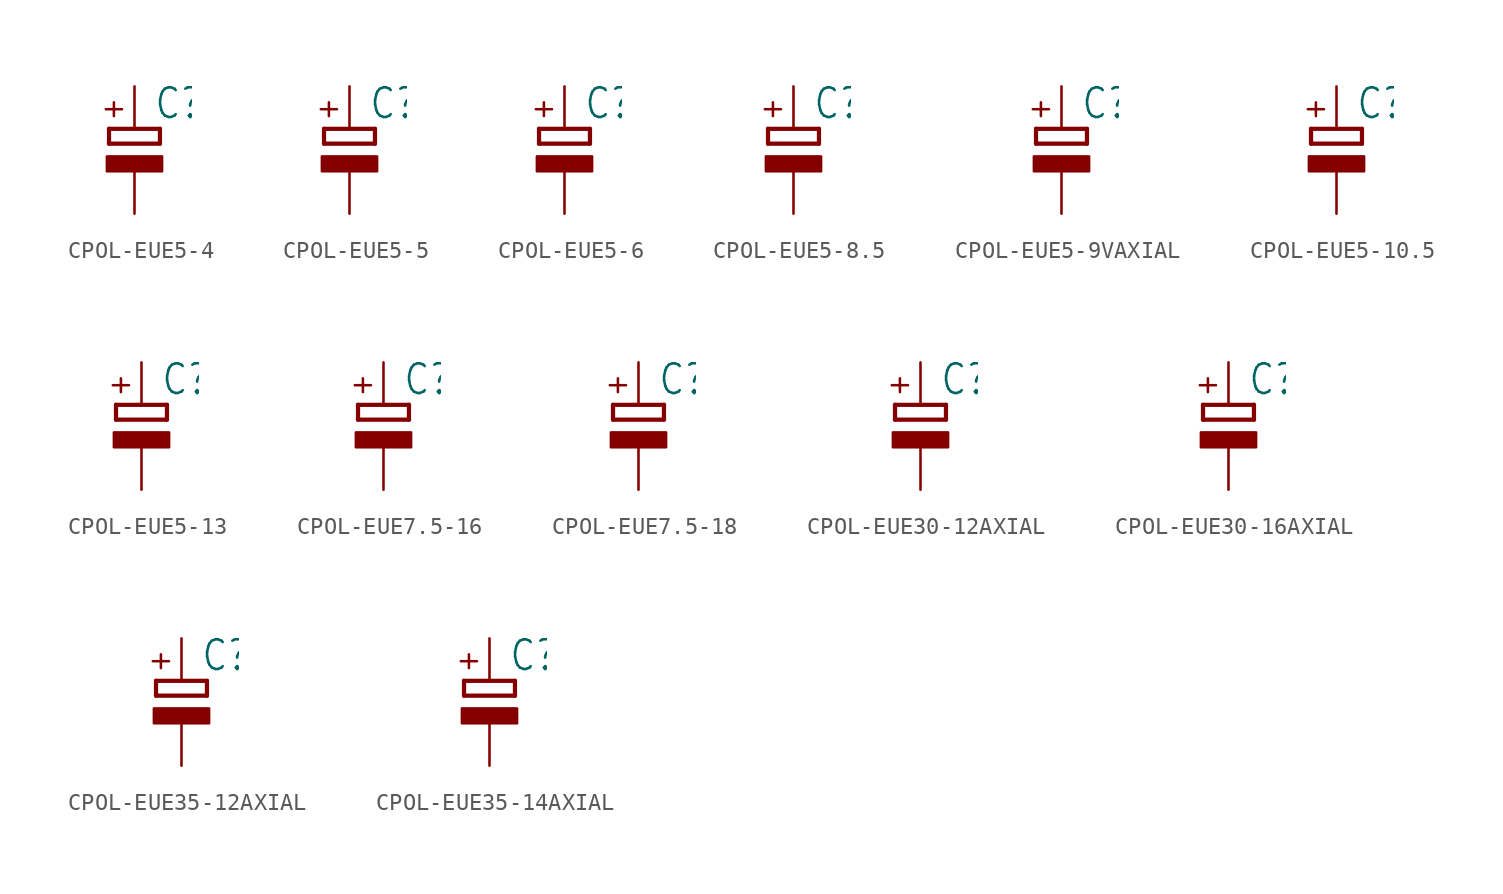
<source format=kicad_sym>
(kicad_symbol_lib
  (version 20231120)
  (generator "kicad_symbol_editor")
  (generator_version "8.0")
  (symbol "CPOL-EUE5-4"
    (property "Reference" "C"
      (at 1.143 0.483 0)
      (effects (font (size 1.778 1.511)) (justify left bottom)))
    (property "Value" ""
      (at 1.143 -4.597 0)
      (effects (font (size 1.778 1.511)) (justify left bottom)))
    (property "ki_locked" ""
      (at 0 0 0)
      (effects (font (size 1.27 1.27))))
    (symbol "CPOL-EUE5-4_1_0"
      (rectangle (start -1.651 -2.54) (end 1.651 -1.651) (stroke (width 0) (type default)) (fill (type outline)))
      (polyline (pts (xy -1.524 -0.889) (xy 1.524 -0.889)) (stroke (width 0.254) (type solid)) (fill (type none)))
      (polyline (pts (xy -1.524 0) (xy -1.524 -0.889)) (stroke (width 0.254) (type solid)) (fill (type none)))
      (polyline (pts (xy -1.524 0) (xy 1.524 0)) (stroke (width 0.254) (type solid)) (fill (type none)))
      (polyline (pts (xy 1.524 -0.889) (xy 1.524 0)) (stroke (width 0.254) (type solid)) (fill (type none)))
      (text "+" (at -0.584 0.406 900) (effects (font (size 1.27 1.079)) (justify left bottom)))
      (pin passive line (at 0 2.54 270) (length 2.54) (name "+" (effects (font (size 0 0)))) (number "+" (effects (font (size 0 0)))))
      (pin passive line (at 0 -5.08 90) (length 2.54) (name "-" (effects (font (size 0 0)))) (number "-" (effects (font (size 0 0)))))))
  (symbol "CPOL-EUE5-5"
    (property "Reference" "C"
      (at 1.143 0.483 0)
      (effects (font (size 1.778 1.511)) (justify left bottom)))
    (property "Value" ""
      (at 1.143 -4.597 0)
      (effects (font (size 1.778 1.511)) (justify left bottom)))
    (property "ki_locked" ""
      (at 0 0 0)
      (effects (font (size 1.27 1.27))))
    (symbol "CPOL-EUE5-5_1_0"
      (rectangle (start -1.651 -2.54) (end 1.651 -1.651) (stroke (width 0) (type default)) (fill (type outline)))
      (polyline (pts (xy -1.524 -0.889) (xy 1.524 -0.889)) (stroke (width 0.254) (type solid)) (fill (type none)))
      (polyline (pts (xy -1.524 0) (xy -1.524 -0.889)) (stroke (width 0.254) (type solid)) (fill (type none)))
      (polyline (pts (xy -1.524 0) (xy 1.524 0)) (stroke (width 0.254) (type solid)) (fill (type none)))
      (polyline (pts (xy 1.524 -0.889) (xy 1.524 0)) (stroke (width 0.254) (type solid)) (fill (type none)))
      (text "+" (at -0.584 0.406 900) (effects (font (size 1.27 1.079)) (justify left bottom)))
      (pin passive line (at 0 2.54 270) (length 2.54) (name "+" (effects (font (size 0 0)))) (number "+" (effects (font (size 0 0)))))
      (pin passive line (at 0 -5.08 90) (length 2.54) (name "-" (effects (font (size 0 0)))) (number "-" (effects (font (size 0 0)))))))
  (symbol "CPOL-EUE5-6"
    (property "Reference" "C"
      (at 1.143 0.483 0)
      (effects (font (size 1.778 1.511)) (justify left bottom)))
    (property "Value" ""
      (at 1.143 -4.597 0)
      (effects (font (size 1.778 1.511)) (justify left bottom)))
    (property "ki_locked" ""
      (at 0 0 0)
      (effects (font (size 1.27 1.27))))
    (symbol "CPOL-EUE5-6_1_0"
      (rectangle (start -1.651 -2.54) (end 1.651 -1.651) (stroke (width 0) (type default)) (fill (type outline)))
      (polyline (pts (xy -1.524 -0.889) (xy 1.524 -0.889)) (stroke (width 0.254) (type solid)) (fill (type none)))
      (polyline (pts (xy -1.524 0) (xy -1.524 -0.889)) (stroke (width 0.254) (type solid)) (fill (type none)))
      (polyline (pts (xy -1.524 0) (xy 1.524 0)) (stroke (width 0.254) (type solid)) (fill (type none)))
      (polyline (pts (xy 1.524 -0.889) (xy 1.524 0)) (stroke (width 0.254) (type solid)) (fill (type none)))
      (text "+" (at -0.584 0.406 900) (effects (font (size 1.27 1.079)) (justify left bottom)))
      (pin passive line (at 0 2.54 270) (length 2.54) (name "+" (effects (font (size 0 0)))) (number "+" (effects (font (size 0 0)))))
      (pin passive line (at 0 -5.08 90) (length 2.54) (name "-" (effects (font (size 0 0)))) (number "-" (effects (font (size 0 0)))))))
  (symbol "CPOL-EUE5-8.5"
    (property "Reference" "C"
      (at 1.143 0.483 0)
      (effects (font (size 1.778 1.511)) (justify left bottom)))
    (property "Value" ""
      (at 1.143 -4.597 0)
      (effects (font (size 1.778 1.511)) (justify left bottom)))
    (property "ki_locked" ""
      (at 0 0 0)
      (effects (font (size 1.27 1.27))))
    (symbol "CPOL-EUE5-8.5_1_0"
      (rectangle (start -1.651 -2.54) (end 1.651 -1.651) (stroke (width 0) (type default)) (fill (type outline)))
      (polyline (pts (xy -1.524 -0.889) (xy 1.524 -0.889)) (stroke (width 0.254) (type solid)) (fill (type none)))
      (polyline (pts (xy -1.524 0) (xy -1.524 -0.889)) (stroke (width 0.254) (type solid)) (fill (type none)))
      (polyline (pts (xy -1.524 0) (xy 1.524 0)) (stroke (width 0.254) (type solid)) (fill (type none)))
      (polyline (pts (xy 1.524 -0.889) (xy 1.524 0)) (stroke (width 0.254) (type solid)) (fill (type none)))
      (text "+" (at -0.584 0.406 900) (effects (font (size 1.27 1.079)) (justify left bottom)))
      (pin passive line (at 0 2.54 270) (length 2.54) (name "+" (effects (font (size 0 0)))) (number "+" (effects (font (size 0 0)))))
      (pin passive line (at 0 -5.08 90) (length 2.54) (name "-" (effects (font (size 0 0)))) (number "-" (effects (font (size 0 0)))))))
  (symbol "CPOL-EUE5-9VAXIAL"
    (property "Reference" "C"
      (at 1.143 0.483 0)
      (effects (font (size 1.778 1.511)) (justify left bottom)))
    (property "Value" ""
      (at 1.143 -4.597 0)
      (effects (font (size 1.778 1.511)) (justify left bottom)))
    (property "ki_locked" ""
      (at 0 0 0)
      (effects (font (size 1.27 1.27))))
    (symbol "CPOL-EUE5-9VAXIAL_1_0"
      (rectangle (start -1.651 -2.54) (end 1.651 -1.651) (stroke (width 0) (type default)) (fill (type outline)))
      (polyline (pts (xy -1.524 -0.889) (xy 1.524 -0.889)) (stroke (width 0.254) (type solid)) (fill (type none)))
      (polyline (pts (xy -1.524 0) (xy -1.524 -0.889)) (stroke (width 0.254) (type solid)) (fill (type none)))
      (polyline (pts (xy -1.524 0) (xy 1.524 0)) (stroke (width 0.254) (type solid)) (fill (type none)))
      (polyline (pts (xy 1.524 -0.889) (xy 1.524 0)) (stroke (width 0.254) (type solid)) (fill (type none)))
      (text "+" (at -0.584 0.406 900) (effects (font (size 1.27 1.079)) (justify left bottom)))
      (pin passive line (at 0 2.54 270) (length 2.54) (name "+" (effects (font (size 0 0)))) (number "+" (effects (font (size 0 0)))))
      (pin passive line (at 0 -5.08 90) (length 2.54) (name "-" (effects (font (size 0 0)))) (number "-" (effects (font (size 0 0)))))))
  (symbol "CPOL-EUE5-10.5"
    (property "Reference" "C"
      (at 1.143 0.483 0)
      (effects (font (size 1.778 1.511)) (justify left bottom)))
    (property "Value" ""
      (at 1.143 -4.597 0)
      (effects (font (size 1.778 1.511)) (justify left bottom)))
    (property "ki_locked" ""
      (at 0 0 0)
      (effects (font (size 1.27 1.27))))
    (symbol "CPOL-EUE5-10.5_1_0"
      (rectangle (start -1.651 -2.54) (end 1.651 -1.651) (stroke (width 0) (type default)) (fill (type outline)))
      (polyline (pts (xy -1.524 -0.889) (xy 1.524 -0.889)) (stroke (width 0.254) (type solid)) (fill (type none)))
      (polyline (pts (xy -1.524 0) (xy -1.524 -0.889)) (stroke (width 0.254) (type solid)) (fill (type none)))
      (polyline (pts (xy -1.524 0) (xy 1.524 0)) (stroke (width 0.254) (type solid)) (fill (type none)))
      (polyline (pts (xy 1.524 -0.889) (xy 1.524 0)) (stroke (width 0.254) (type solid)) (fill (type none)))
      (text "+" (at -0.584 0.406 900) (effects (font (size 1.27 1.079)) (justify left bottom)))
      (pin passive line (at 0 2.54 270) (length 2.54) (name "+" (effects (font (size 0 0)))) (number "+" (effects (font (size 0 0)))))
      (pin passive line (at 0 -5.08 90) (length 2.54) (name "-" (effects (font (size 0 0)))) (number "-" (effects (font (size 0 0)))))))
  (symbol "CPOL-EUE5-13"
    (property "Reference" "C"
      (at 1.143 0.483 0)
      (effects (font (size 1.778 1.511)) (justify left bottom)))
    (property "Value" ""
      (at 1.143 -4.597 0)
      (effects (font (size 1.778 1.511)) (justify left bottom)))
    (property "ki_locked" ""
      (at 0 0 0)
      (effects (font (size 1.27 1.27))))
    (symbol "CPOL-EUE5-13_1_0"
      (rectangle (start -1.651 -2.54) (end 1.651 -1.651) (stroke (width 0) (type default)) (fill (type outline)))
      (polyline (pts (xy -1.524 -0.889) (xy 1.524 -0.889)) (stroke (width 0.254) (type solid)) (fill (type none)))
      (polyline (pts (xy -1.524 0) (xy -1.524 -0.889)) (stroke (width 0.254) (type solid)) (fill (type none)))
      (polyline (pts (xy -1.524 0) (xy 1.524 0)) (stroke (width 0.254) (type solid)) (fill (type none)))
      (polyline (pts (xy 1.524 -0.889) (xy 1.524 0)) (stroke (width 0.254) (type solid)) (fill (type none)))
      (text "+" (at -0.584 0.406 900) (effects (font (size 1.27 1.079)) (justify left bottom)))
      (pin passive line (at 0 2.54 270) (length 2.54) (name "+" (effects (font (size 0 0)))) (number "+" (effects (font (size 0 0)))))
      (pin passive line (at 0 -5.08 90) (length 2.54) (name "-" (effects (font (size 0 0)))) (number "-" (effects (font (size 0 0)))))))
  (symbol "CPOL-EUE7.5-16"
    (property "Reference" "C"
      (at 1.143 0.483 0)
      (effects (font (size 1.778 1.511)) (justify left bottom)))
    (property "Value" ""
      (at 1.143 -4.597 0)
      (effects (font (size 1.778 1.511)) (justify left bottom)))
    (property "ki_locked" ""
      (at 0 0 0)
      (effects (font (size 1.27 1.27))))
    (symbol "CPOL-EUE7.5-16_1_0"
      (rectangle (start -1.651 -2.54) (end 1.651 -1.651) (stroke (width 0) (type default)) (fill (type outline)))
      (polyline (pts (xy -1.524 -0.889) (xy 1.524 -0.889)) (stroke (width 0.254) (type solid)) (fill (type none)))
      (polyline (pts (xy -1.524 0) (xy -1.524 -0.889)) (stroke (width 0.254) (type solid)) (fill (type none)))
      (polyline (pts (xy -1.524 0) (xy 1.524 0)) (stroke (width 0.254) (type solid)) (fill (type none)))
      (polyline (pts (xy 1.524 -0.889) (xy 1.524 0)) (stroke (width 0.254) (type solid)) (fill (type none)))
      (text "+" (at -0.584 0.406 900) (effects (font (size 1.27 1.079)) (justify left bottom)))
      (pin passive line (at 0 2.54 270) (length 2.54) (name "+" (effects (font (size 0 0)))) (number "+" (effects (font (size 0 0)))))
      (pin passive line (at 0 -5.08 90) (length 2.54) (name "-" (effects (font (size 0 0)))) (number "-" (effects (font (size 0 0)))))))
  (symbol "CPOL-EUE7.5-18"
    (property "Reference" "C"
      (at 1.143 0.483 0)
      (effects (font (size 1.778 1.511)) (justify left bottom)))
    (property "Value" ""
      (at 1.143 -4.597 0)
      (effects (font (size 1.778 1.511)) (justify left bottom)))
    (property "ki_locked" ""
      (at 0 0 0)
      (effects (font (size 1.27 1.27))))
    (symbol "CPOL-EUE7.5-18_1_0"
      (rectangle (start -1.651 -2.54) (end 1.651 -1.651) (stroke (width 0) (type default)) (fill (type outline)))
      (polyline (pts (xy -1.524 -0.889) (xy 1.524 -0.889)) (stroke (width 0.254) (type solid)) (fill (type none)))
      (polyline (pts (xy -1.524 0) (xy -1.524 -0.889)) (stroke (width 0.254) (type solid)) (fill (type none)))
      (polyline (pts (xy -1.524 0) (xy 1.524 0)) (stroke (width 0.254) (type solid)) (fill (type none)))
      (polyline (pts (xy 1.524 -0.889) (xy 1.524 0)) (stroke (width 0.254) (type solid)) (fill (type none)))
      (text "+" (at -0.584 0.406 900) (effects (font (size 1.27 1.079)) (justify left bottom)))
      (pin passive line (at 0 2.54 270) (length 2.54) (name "+" (effects (font (size 0 0)))) (number "+" (effects (font (size 0 0)))))
      (pin passive line (at 0 -5.08 90) (length 2.54) (name "-" (effects (font (size 0 0)))) (number "-" (effects (font (size 0 0)))))))
  (symbol "CPOL-EUE30-12AXIAL"
    (property "Reference" "C"
      (at 1.143 0.483 0)
      (effects (font (size 1.778 1.511)) (justify left bottom)))
    (property "Value" ""
      (at 1.143 -4.597 0)
      (effects (font (size 1.778 1.511)) (justify left bottom)))
    (property "ki_locked" ""
      (at 0 0 0)
      (effects (font (size 1.27 1.27))))
    (symbol "CPOL-EUE30-12AXIAL_1_0"
      (rectangle (start -1.651 -2.54) (end 1.651 -1.651) (stroke (width 0) (type default)) (fill (type outline)))
      (polyline (pts (xy -1.524 -0.889) (xy 1.524 -0.889)) (stroke (width 0.254) (type solid)) (fill (type none)))
      (polyline (pts (xy -1.524 0) (xy -1.524 -0.889)) (stroke (width 0.254) (type solid)) (fill (type none)))
      (polyline (pts (xy -1.524 0) (xy 1.524 0)) (stroke (width 0.254) (type solid)) (fill (type none)))
      (polyline (pts (xy 1.524 -0.889) (xy 1.524 0)) (stroke (width 0.254) (type solid)) (fill (type none)))
      (text "+" (at -0.584 0.406 900) (effects (font (size 1.27 1.079)) (justify left bottom)))
      (pin passive line (at 0 2.54 270) (length 2.54) (name "+" (effects (font (size 0 0)))) (number "+" (effects (font (size 0 0)))))
      (pin passive line (at 0 -5.08 90) (length 2.54) (name "-" (effects (font (size 0 0)))) (number "-" (effects (font (size 0 0)))))))
  (symbol "CPOL-EUE30-16AXIAL"
    (property "Reference" "C"
      (at 1.143 0.483 0)
      (effects (font (size 1.778 1.511)) (justify left bottom)))
    (property "Value" ""
      (at 1.143 -4.597 0)
      (effects (font (size 1.778 1.511)) (justify left bottom)))
    (property "ki_locked" ""
      (at 0 0 0)
      (effects (font (size 1.27 1.27))))
    (symbol "CPOL-EUE30-16AXIAL_1_0"
      (rectangle (start -1.651 -2.54) (end 1.651 -1.651) (stroke (width 0) (type default)) (fill (type outline)))
      (polyline (pts (xy -1.524 -0.889) (xy 1.524 -0.889)) (stroke (width 0.254) (type solid)) (fill (type none)))
      (polyline (pts (xy -1.524 0) (xy -1.524 -0.889)) (stroke (width 0.254) (type solid)) (fill (type none)))
      (polyline (pts (xy -1.524 0) (xy 1.524 0)) (stroke (width 0.254) (type solid)) (fill (type none)))
      (polyline (pts (xy 1.524 -0.889) (xy 1.524 0)) (stroke (width 0.254) (type solid)) (fill (type none)))
      (text "+" (at -0.584 0.406 900) (effects (font (size 1.27 1.079)) (justify left bottom)))
      (pin passive line (at 0 2.54 270) (length 2.54) (name "+" (effects (font (size 0 0)))) (number "+" (effects (font (size 0 0)))))
      (pin passive line (at 0 -5.08 90) (length 2.54) (name "-" (effects (font (size 0 0)))) (number "-" (effects (font (size 0 0)))))))
  (symbol "CPOL-EUE35-12AXIAL"
    (property "Reference" "C"
      (at 1.143 0.483 0)
      (effects (font (size 1.778 1.511)) (justify left bottom)))
    (property "Value" ""
      (at 1.143 -4.597 0)
      (effects (font (size 1.778 1.511)) (justify left bottom)))
    (property "ki_locked" ""
      (at 0 0 0)
      (effects (font (size 1.27 1.27))))
    (symbol "CPOL-EUE35-12AXIAL_1_0"
      (rectangle (start -1.651 -2.54) (end 1.651 -1.651) (stroke (width 0) (type default)) (fill (type outline)))
      (polyline (pts (xy -1.524 -0.889) (xy 1.524 -0.889)) (stroke (width 0.254) (type solid)) (fill (type none)))
      (polyline (pts (xy -1.524 0) (xy -1.524 -0.889)) (stroke (width 0.254) (type solid)) (fill (type none)))
      (polyline (pts (xy -1.524 0) (xy 1.524 0)) (stroke (width 0.254) (type solid)) (fill (type none)))
      (polyline (pts (xy 1.524 -0.889) (xy 1.524 0)) (stroke (width 0.254) (type solid)) (fill (type none)))
      (text "+" (at -0.584 0.406 900) (effects (font (size 1.27 1.079)) (justify left bottom)))
      (pin passive line (at 0 2.54 270) (length 2.54) (name "+" (effects (font (size 0 0)))) (number "+" (effects (font (size 0 0)))))
      (pin passive line (at 0 -5.08 90) (length 2.54) (name "-" (effects (font (size 0 0)))) (number "-" (effects (font (size 0 0)))))))
  (symbol "CPOL-EUE35-14AXIAL"
    (property "Reference" "C"
      (at 1.143 0.483 0)
      (effects (font (size 1.778 1.511)) (justify left bottom)))
    (property "Value" ""
      (at 1.143 -4.597 0)
      (effects (font (size 1.778 1.511)) (justify left bottom)))
    (property "ki_locked" ""
      (at 0 0 0)
      (effects (font (size 1.27 1.27))))
    (symbol "CPOL-EUE35-14AXIAL_1_0"
      (rectangle (start -1.651 -2.54) (end 1.651 -1.651) (stroke (width 0) (type default)) (fill (type outline)))
      (polyline (pts (xy -1.524 -0.889) (xy 1.524 -0.889)) (stroke (width 0.254) (type solid)) (fill (type none)))
      (polyline (pts (xy -1.524 0) (xy -1.524 -0.889)) (stroke (width 0.254) (type solid)) (fill (type none)))
      (polyline (pts (xy -1.524 0) (xy 1.524 0)) (stroke (width 0.254) (type solid)) (fill (type none)))
      (polyline (pts (xy 1.524 -0.889) (xy 1.524 0)) (stroke (width 0.254) (type solid)) (fill (type none)))
      (text "+" (at -0.584 0.406 900) (effects (font (size 1.27 1.079)) (justify left bottom)))
      (pin passive line (at 0 2.54 270) (length 2.54) (name "+" (effects (font (size 0 0)))) (number "+" (effects (font (size 0 0)))))
      (pin passive line (at 0 -5.08 90) (length 2.54) (name "-" (effects (font (size 0 0)))) (number "-" (effects (font (size 0 0))))))))
</source>
